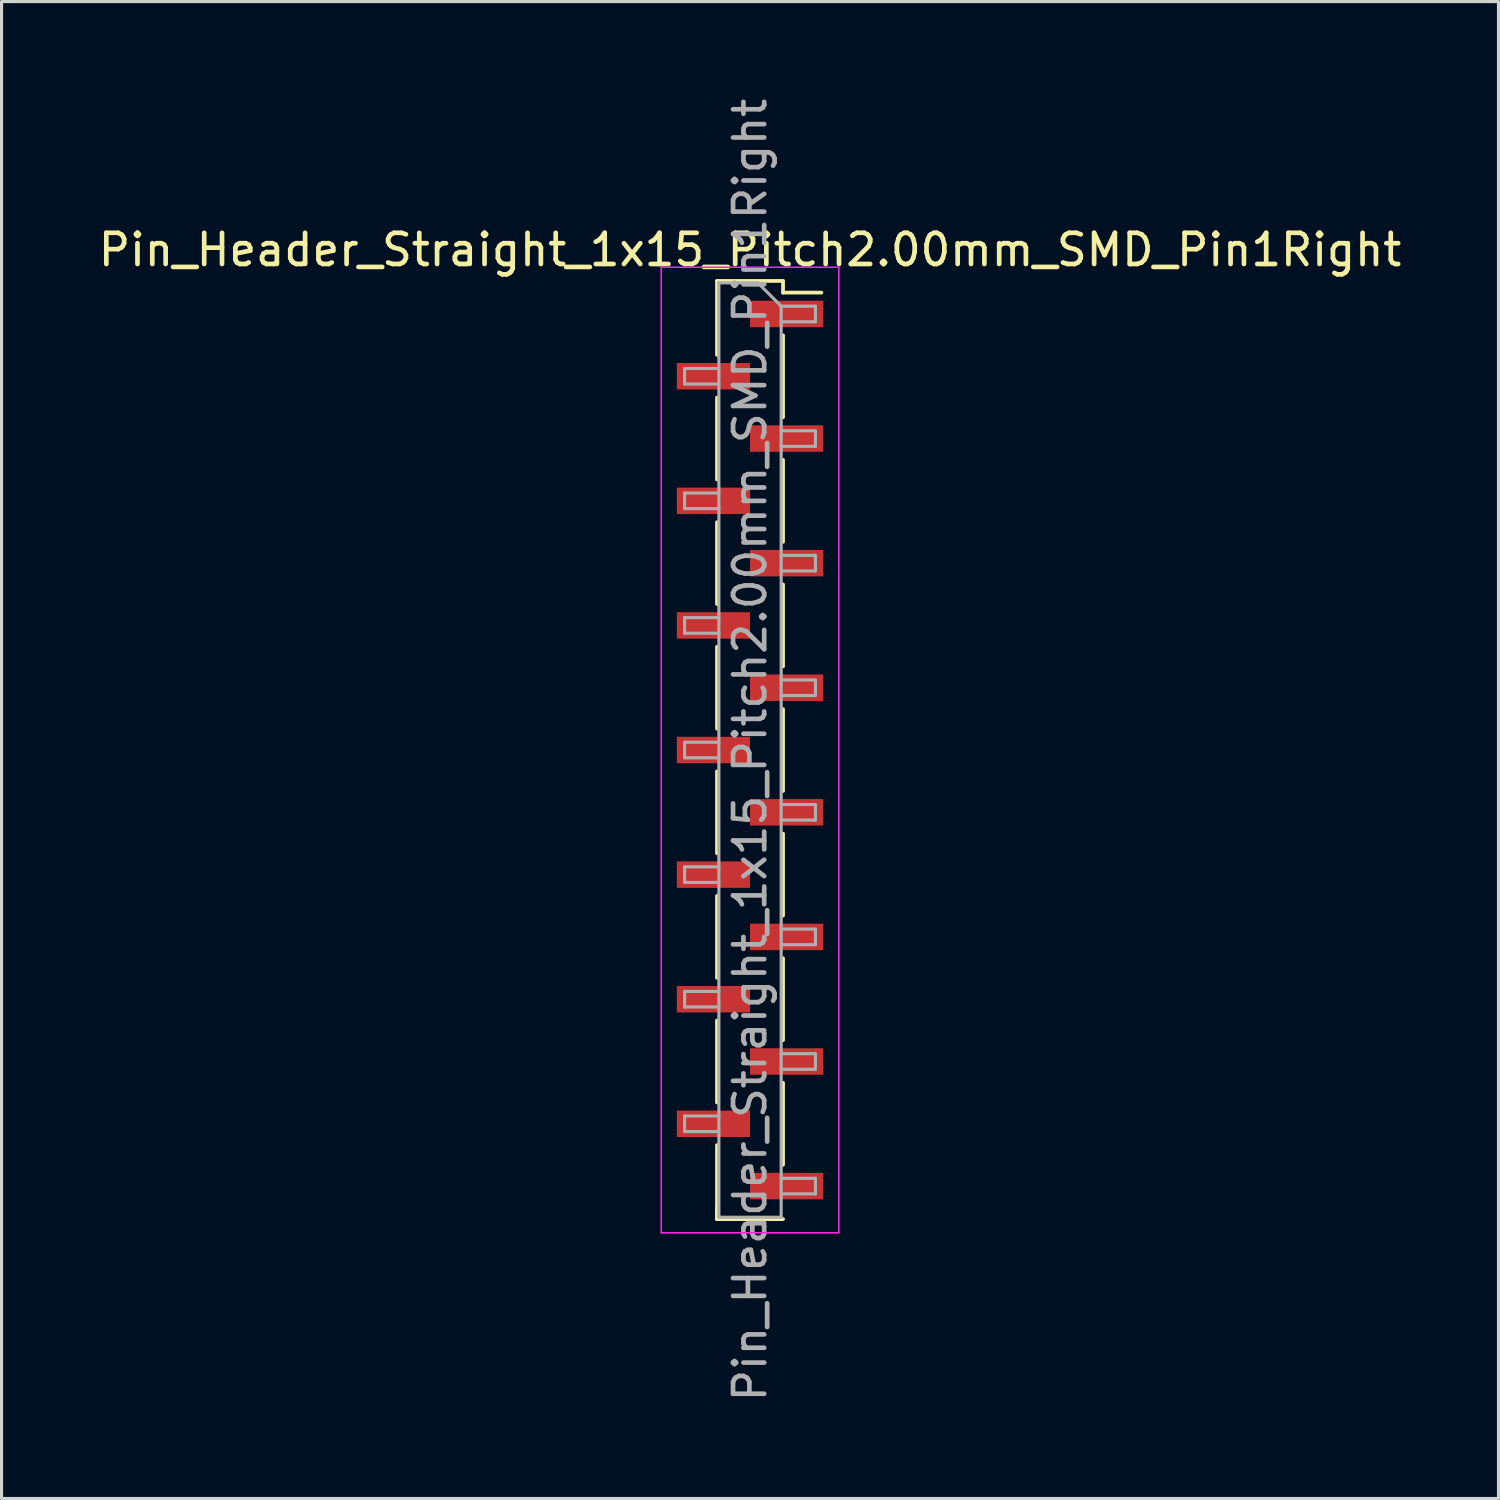
<source format=kicad_pcb>
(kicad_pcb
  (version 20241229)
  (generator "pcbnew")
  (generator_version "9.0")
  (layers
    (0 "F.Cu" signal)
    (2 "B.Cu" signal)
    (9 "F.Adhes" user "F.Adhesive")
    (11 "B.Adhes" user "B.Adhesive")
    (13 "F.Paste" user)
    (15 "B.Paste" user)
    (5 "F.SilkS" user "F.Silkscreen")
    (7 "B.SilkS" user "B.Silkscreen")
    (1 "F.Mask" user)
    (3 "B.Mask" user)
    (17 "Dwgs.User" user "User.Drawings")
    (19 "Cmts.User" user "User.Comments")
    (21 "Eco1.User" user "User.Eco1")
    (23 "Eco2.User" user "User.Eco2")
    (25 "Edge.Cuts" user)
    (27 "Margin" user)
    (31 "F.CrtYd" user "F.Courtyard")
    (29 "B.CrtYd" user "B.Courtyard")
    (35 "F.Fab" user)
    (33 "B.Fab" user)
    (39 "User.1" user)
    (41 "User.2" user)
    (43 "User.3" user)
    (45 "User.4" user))
  (footprint "Pin_Header_Straight_1x15_Pitch2.00mm_SMD_Pin1Right"
    (layer "F.Cu")
    (at 21.03 21.03)
    (property "Reference" "Pin_Header_Straight_1x15_Pitch2.00mm_SMD_Pin1Right" (at 0 -16.06 0) (layer "F.SilkS") (effects (font (size 1 1) (thickness 0.15))))
    (attr smd)
    (fp_line (start -1.06 -15.06) (end -1.06 -12.685) (stroke (width 0.12) (type solid)) (layer "F.SilkS"))
    (fp_line (start -1.06 -15.06) (end 1.06 -15.06) (stroke (width 0.12) (type solid)) (layer "F.SilkS"))
    (fp_line (start -1.06 -11.315) (end -1.06 -8.685) (stroke (width 0.12) (type solid)) (layer "F.SilkS"))
    (fp_line (start -1.06 -7.315) (end -1.06 -4.685) (stroke (width 0.12) (type solid)) (layer "F.SilkS"))
    (fp_line (start -1.06 -3.315) (end -1.06 -0.685) (stroke (width 0.12) (type solid)) (layer "F.SilkS"))
    (fp_line (start -1.06 0.685) (end -1.06 3.315) (stroke (width 0.12) (type solid)) (layer "F.SilkS"))
    (fp_line (start -1.06 4.685) (end -1.06 7.315) (stroke (width 0.12) (type solid)) (layer "F.SilkS"))
    (fp_line (start -1.06 8.685) (end -1.06 11.315) (stroke (width 0.12) (type solid)) (layer "F.SilkS"))
    (fp_line (start -1.06 12.685) (end -1.06 15.06) (stroke (width 0.12) (type solid)) (layer "F.SilkS"))
    (fp_line (start -1.06 14.685) (end -1.06 15.06) (stroke (width 0.12) (type solid)) (layer "F.SilkS"))
    (fp_line (start -1.06 15.06) (end 1.06 15.06) (stroke (width 0.12) (type solid)) (layer "F.SilkS"))
    (fp_line (start 1.06 -15.06) (end 1.06 -14.685) (stroke (width 0.12) (type solid)) (layer "F.SilkS"))
    (fp_line (start 1.06 -14.685) (end 2.29 -14.685) (stroke (width 0.12) (type solid)) (layer "F.SilkS"))
    (fp_line (start 1.06 -13.315) (end 1.06 -10.685) (stroke (width 0.12) (type solid)) (layer "F.SilkS"))
    (fp_line (start 1.06 -9.315) (end 1.06 -6.685) (stroke (width 0.12) (type solid)) (layer "F.SilkS"))
    (fp_line (start 1.06 -5.315) (end 1.06 -2.685) (stroke (width 0.12) (type solid)) (layer "F.SilkS"))
    (fp_line (start 1.06 -1.315) (end 1.06 1.315) (stroke (width 0.12) (type solid)) (layer "F.SilkS"))
    (fp_line (start 1.06 2.685) (end 1.06 5.315) (stroke (width 0.12) (type solid)) (layer "F.SilkS"))
    (fp_line (start 1.06 6.685) (end 1.06 9.315) (stroke (width 0.12) (type solid)) (layer "F.SilkS"))
    (fp_line (start 1.06 10.685) (end 1.06 13.315) (stroke (width 0.12) (type solid)) (layer "F.SilkS"))
    (fp_line (start -2.85 -15.5) (end -2.85 15.5) (stroke (width 0.05) (type solid)) (layer "F.CrtYd"))
    (fp_line (start -2.85 15.5) (end 2.85 15.5) (stroke (width 0.05) (type solid)) (layer "F.CrtYd"))
    (fp_line (start 2.85 -15.5) (end -2.85 -15.5) (stroke (width 0.05) (type solid)) (layer "F.CrtYd"))
    (fp_line (start 2.85 15.5) (end 2.85 -15.5) (stroke (width 0.05) (type solid)) (layer "F.CrtYd"))
    (fp_line (start -2.1 -12.25) (end -2.1 -11.75) (stroke (width 0.1) (type solid)) (layer "F.Fab"))
    (fp_line (start -2.1 -11.75) (end -1 -11.75) (stroke (width 0.1) (type solid)) (layer "F.Fab"))
    (fp_line (start -2.1 -8.25) (end -2.1 -7.75) (stroke (width 0.1) (type solid)) (layer "F.Fab"))
    (fp_line (start -2.1 -7.75) (end -1 -7.75) (stroke (width 0.1) (type solid)) (layer "F.Fab"))
    (fp_line (start -2.1 -4.25) (end -2.1 -3.75) (stroke (width 0.1) (type solid)) (layer "F.Fab"))
    (fp_line (start -2.1 -3.75) (end -1 -3.75) (stroke (width 0.1) (type solid)) (layer "F.Fab"))
    (fp_line (start -2.1 -0.25) (end -2.1 0.25) (stroke (width 0.1) (type solid)) (layer "F.Fab"))
    (fp_line (start -2.1 0.25) (end -1 0.25) (stroke (width 0.1) (type solid)) (layer "F.Fab"))
    (fp_line (start -2.1 3.75) (end -2.1 4.25) (stroke (width 0.1) (type solid)) (layer "F.Fab"))
    (fp_line (start -2.1 4.25) (end -1 4.25) (stroke (width 0.1) (type solid)) (layer "F.Fab"))
    (fp_line (start -2.1 7.75) (end -2.1 8.25) (stroke (width 0.1) (type solid)) (layer "F.Fab"))
    (fp_line (start -2.1 8.25) (end -1 8.25) (stroke (width 0.1) (type solid)) (layer "F.Fab"))
    (fp_line (start -2.1 11.75) (end -2.1 12.25) (stroke (width 0.1) (type solid)) (layer "F.Fab"))
    (fp_line (start -2.1 12.25) (end -1 12.25) (stroke (width 0.1) (type solid)) (layer "F.Fab"))
    (fp_line (start -1 -15) (end -1 15) (stroke (width 0.1) (type solid)) (layer "F.Fab"))
    (fp_line (start -1 -15) (end 0.25 -15) (stroke (width 0.1) (type solid)) (layer "F.Fab"))
    (fp_line (start -1 -12.25) (end -2.1 -12.25) (stroke (width 0.1) (type solid)) (layer "F.Fab"))
    (fp_line (start -1 -8.25) (end -2.1 -8.25) (stroke (width 0.1) (type solid)) (layer "F.Fab"))
    (fp_line (start -1 -4.25) (end -2.1 -4.25) (stroke (width 0.1) (type solid)) (layer "F.Fab"))
    (fp_line (start -1 -0.25) (end -2.1 -0.25) (stroke (width 0.1) (type solid)) (layer "F.Fab"))
    (fp_line (start -1 3.75) (end -2.1 3.75) (stroke (width 0.1) (type solid)) (layer "F.Fab"))
    (fp_line (start -1 7.75) (end -2.1 7.75) (stroke (width 0.1) (type solid)) (layer "F.Fab"))
    (fp_line (start -1 11.75) (end -2.1 11.75) (stroke (width 0.1) (type solid)) (layer "F.Fab"))
    (fp_line (start 1 -14.25) (end 0.25 -15) (stroke (width 0.1) (type solid)) (layer "F.Fab"))
    (fp_line (start 1 -14.25) (end 2.1 -14.25) (stroke (width 0.1) (type solid)) (layer "F.Fab"))
    (fp_line (start 1 -10.25) (end 2.1 -10.25) (stroke (width 0.1) (type solid)) (layer "F.Fab"))
    (fp_line (start 1 -6.25) (end 2.1 -6.25) (stroke (width 0.1) (type solid)) (layer "F.Fab"))
    (fp_line (start 1 -2.25) (end 2.1 -2.25) (stroke (width 0.1) (type solid)) (layer "F.Fab"))
    (fp_line (start 1 1.75) (end 2.1 1.75) (stroke (width 0.1) (type solid)) (layer "F.Fab"))
    (fp_line (start 1 5.75) (end 2.1 5.75) (stroke (width 0.1) (type solid)) (layer "F.Fab"))
    (fp_line (start 1 9.75) (end 2.1 9.75) (stroke (width 0.1) (type solid)) (layer "F.Fab"))
    (fp_line (start 1 13.75) (end 2.1 13.75) (stroke (width 0.1) (type solid)) (layer "F.Fab"))
    (fp_line (start 1 15) (end -1 15) (stroke (width 0.1) (type solid)) (layer "F.Fab"))
    (fp_line (start 1 15) (end 1 -14.25) (stroke (width 0.1) (type solid)) (layer "F.Fab"))
    (fp_line (start 2.1 -14.25) (end 2.1 -13.75) (stroke (width 0.1) (type solid)) (layer "F.Fab"))
    (fp_line (start 2.1 -13.75) (end 1 -13.75) (stroke (width 0.1) (type solid)) (layer "F.Fab"))
    (fp_line (start 2.1 -10.25) (end 2.1 -9.75) (stroke (width 0.1) (type solid)) (layer "F.Fab"))
    (fp_line (start 2.1 -9.75) (end 1 -9.75) (stroke (width 0.1) (type solid)) (layer "F.Fab"))
    (fp_line (start 2.1 -6.25) (end 2.1 -5.75) (stroke (width 0.1) (type solid)) (layer "F.Fab"))
    (fp_line (start 2.1 -5.75) (end 1 -5.75) (stroke (width 0.1) (type solid)) (layer "F.Fab"))
    (fp_line (start 2.1 -2.25) (end 2.1 -1.75) (stroke (width 0.1) (type solid)) (layer "F.Fab"))
    (fp_line (start 2.1 -1.75) (end 1 -1.75) (stroke (width 0.1) (type solid)) (layer "F.Fab"))
    (fp_line (start 2.1 1.75) (end 2.1 2.25) (stroke (width 0.1) (type solid)) (layer "F.Fab"))
    (fp_line (start 2.1 2.25) (end 1 2.25) (stroke (width 0.1) (type solid)) (layer "F.Fab"))
    (fp_line (start 2.1 5.75) (end 2.1 6.25) (stroke (width 0.1) (type solid)) (layer "F.Fab"))
    (fp_line (start 2.1 6.25) (end 1 6.25) (stroke (width 0.1) (type solid)) (layer "F.Fab"))
    (fp_line (start 2.1 9.75) (end 2.1 10.25) (stroke (width 0.1) (type solid)) (layer "F.Fab"))
    (fp_line (start 2.1 10.25) (end 1 10.25) (stroke (width 0.1) (type solid)) (layer "F.Fab"))
    (fp_line (start 2.1 13.75) (end 2.1 14.25) (stroke (width 0.1) (type solid)) (layer "F.Fab"))
    (fp_line (start 2.1 14.25) (end 1 14.25) (stroke (width 0.1) (type solid)) (layer "F.Fab"))
    (fp_text user "${REFERENCE}" (at 0 0 90) (layer "F.Fab") (effects (font (size 1 1) (thickness 0.15))))
    (pad "1" smd rect (at 1.175 -14) (size 2.35 0.85) (layers "F.Cu" "F.Mask" "F.Paste"))
    (pad "2" smd rect (at -1.175 -12) (size 2.35 0.85) (layers "F.Cu" "F.Mask" "F.Paste"))
    (pad "3" smd rect (at 1.175 -10) (size 2.35 0.85) (layers "F.Cu" "F.Mask" "F.Paste"))
    (pad "4" smd rect (at -1.175 -8) (size 2.35 0.85) (layers "F.Cu" "F.Mask" "F.Paste"))
    (pad "5" smd rect (at 1.175 -6) (size 2.35 0.85) (layers "F.Cu" "F.Mask" "F.Paste"))
    (pad "6" smd rect (at -1.175 -4) (size 2.35 0.85) (layers "F.Cu" "F.Mask" "F.Paste"))
    (pad "7" smd rect (at 1.175 -2) (size 2.35 0.85) (layers "F.Cu" "F.Mask" "F.Paste"))
    (pad "8" smd rect (at -1.175 0) (size 2.35 0.85) (layers "F.Cu" "F.Mask" "F.Paste"))
    (pad "9" smd rect (at 1.175 2) (size 2.35 0.85) (layers "F.Cu" "F.Mask" "F.Paste"))
    (pad "10" smd rect (at -1.175 4) (size 2.35 0.85) (layers "F.Cu" "F.Mask" "F.Paste"))
    (pad "11" smd rect (at 1.175 6) (size 2.35 0.85) (layers "F.Cu" "F.Mask" "F.Paste"))
    (pad "12" smd rect (at -1.175 8) (size 2.35 0.85) (layers "F.Cu" "F.Mask" "F.Paste"))
    (pad "13" smd rect (at 1.175 10) (size 2.35 0.85) (layers "F.Cu" "F.Mask" "F.Paste"))
    (pad "14" smd rect (at -1.175 12) (size 2.35 0.85) (layers "F.Cu" "F.Mask" "F.Paste"))
    (pad "15" smd rect (at 1.175 14) (size 2.35 0.85) (layers "F.Cu" "F.Mask" "F.Paste")))
  (gr_rect
    (start -3 -3)
    (end 45.06 45.06)
    (stroke (width 0.1) (type default))
    (fill no)
    (layer "Edge.Cuts")))
</source>
